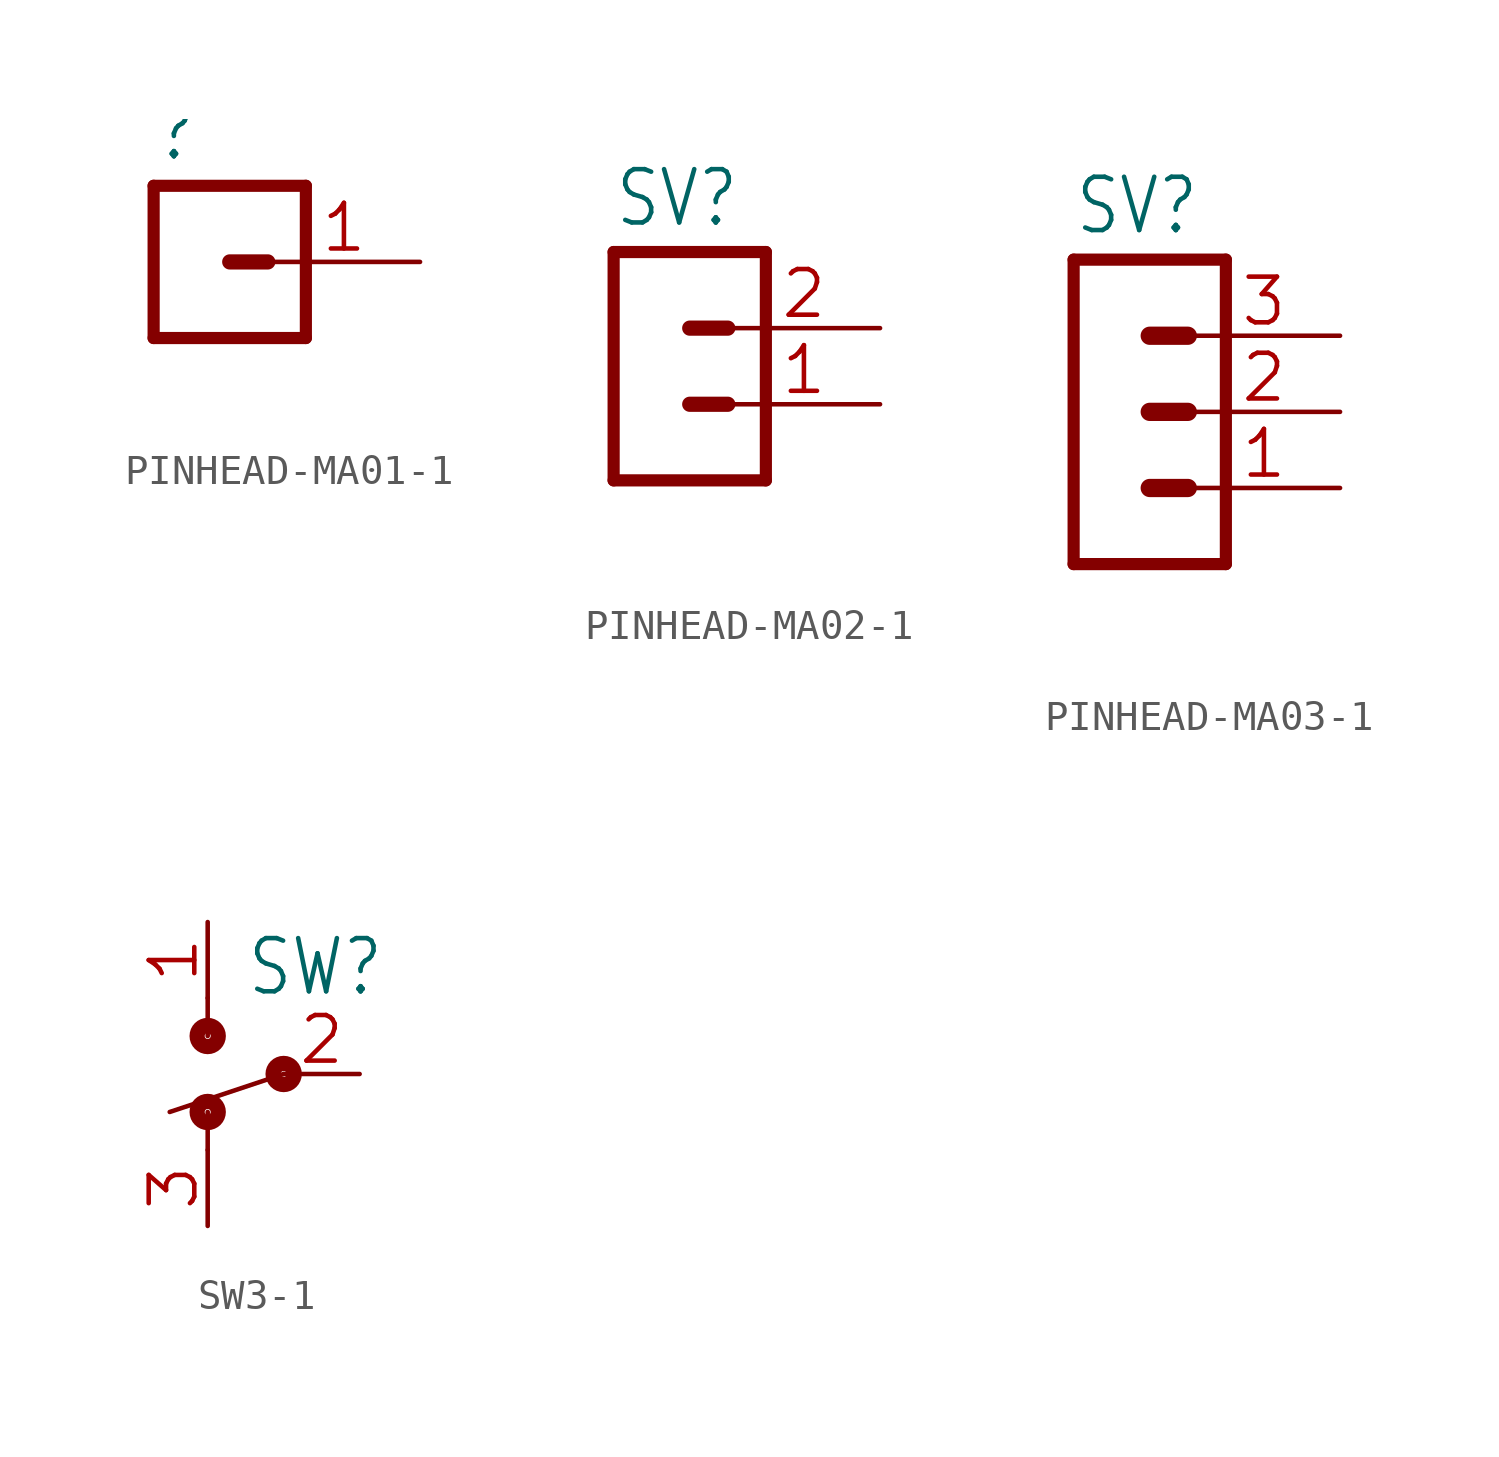
<source format=kicad_sym>
(kicad_symbol_lib
  (version 20241209)
  (generator "kicad_symbol_editor")
  (generator_version "9.0")
  (symbol "PINHEAD-MA01-1"
    (property "Reference" ""
      (at -1.27 3.302 0)
      (effects (font (size 1.778 1.511)) (justify left bottom)))
    (property "Value" ""
      (at -1.27 -5.08 0)
      (effects (font (size 1.778 1.511)) (justify left bottom)))
    (property "ki_locked" ""
      (at 0 0 0)
      (effects (font (size 1.27 1.27))))
    (symbol "PINHEAD-MA01-1_1_0"
      (polyline (pts (xy -1.27 2.54) (xy -1.27 -2.54)) (stroke (width 0.406) (type solid)) (fill (type none)))
      (polyline (pts (xy -1.27 2.54) (xy 3.81 2.54)) (stroke (width 0.406) (type solid)) (fill (type none)))
      (polyline (pts (xy 1.27 0) (xy 2.54 0)) (stroke (width 0.508) (type solid)) (fill (type none)))
      (polyline (pts (xy 3.81 -2.54) (xy -1.27 -2.54)) (stroke (width 0.406) (type solid)) (fill (type none)))
      (polyline (pts (xy 3.81 -2.54) (xy 3.81 2.54)) (stroke (width 0.406) (type solid)) (fill (type none)))
      (pin passive line (at 7.62 0 180) (length 5.08) (name "1" (effects (font (size 0 0)))) (number "1" (effects (font (size 1.524 1.524)))))))
  (symbol "PINHEAD-MA02-1"
    (property "Reference" "SV"
      (at -1.27 5.842 0)
      (effects (font (size 1.778 1.511)) (justify left bottom)))
    (property "Value" ""
      (at -1.27 -5.08 0)
      (effects (font (size 1.778 1.511)) (justify left bottom)))
    (property "ki_locked" ""
      (at 0 0 0)
      (effects (font (size 1.27 1.27))))
    (symbol "PINHEAD-MA02-1_1_0"
      (polyline (pts (xy -1.27 5.08) (xy -1.27 -2.54)) (stroke (width 0.406) (type solid)) (fill (type none)))
      (polyline (pts (xy -1.27 5.08) (xy 3.81 5.08)) (stroke (width 0.406) (type solid)) (fill (type none)))
      (polyline (pts (xy 1.27 2.54) (xy 2.54 2.54)) (stroke (width 0.508) (type solid)) (fill (type none)))
      (polyline (pts (xy 1.27 0) (xy 2.54 0)) (stroke (width 0.508) (type solid)) (fill (type none)))
      (polyline (pts (xy 3.81 -2.54) (xy -1.27 -2.54)) (stroke (width 0.406) (type solid)) (fill (type none)))
      (polyline (pts (xy 3.81 -2.54) (xy 3.81 5.08)) (stroke (width 0.406) (type solid)) (fill (type none)))
      (pin passive line (at 7.62 2.54 180) (length 5.08) (name "2" (effects (font (size 0 0)))) (number "2" (effects (font (size 1.524 1.524)))))
      (pin passive line (at 7.62 0 180) (length 5.08) (name "1" (effects (font (size 0 0)))) (number "1" (effects (font (size 1.524 1.524)))))))
  (symbol "PINHEAD-MA03-1"
    (property "Reference" "SV"
      (at -1.27 8.382 0)
      (effects (font (size 1.778 1.511)) (justify left bottom)))
    (property "Value" ""
      (at -1.27 -5.08 0)
      (effects (font (size 1.778 1.511)) (justify left bottom)))
    (property "ki_locked" ""
      (at 0 0 0)
      (effects (font (size 1.27 1.27))))
    (symbol "PINHEAD-MA03-1_1_0"
      (polyline (pts (xy -1.27 7.62) (xy -1.27 -2.54)) (stroke (width 0.406) (type solid)) (fill (type none)))
      (polyline (pts (xy -1.27 7.62) (xy 3.81 7.62)) (stroke (width 0.406) (type solid)) (fill (type none)))
      (polyline (pts (xy 1.27 5.08) (xy 2.54 5.08)) (stroke (width 0.61) (type solid)) (fill (type none)))
      (polyline (pts (xy 1.27 2.54) (xy 2.54 2.54)) (stroke (width 0.61) (type solid)) (fill (type none)))
      (polyline (pts (xy 1.27 0) (xy 2.54 0)) (stroke (width 0.61) (type solid)) (fill (type none)))
      (polyline (pts (xy 3.81 -2.54) (xy -1.27 -2.54)) (stroke (width 0.406) (type solid)) (fill (type none)))
      (polyline (pts (xy 3.81 -2.54) (xy 3.81 7.62)) (stroke (width 0.406) (type solid)) (fill (type none)))
      (pin passive line (at 7.62 5.08 180) (length 5.08) (name "3" (effects (font (size 0 0)))) (number "3" (effects (font (size 1.524 1.524)))))
      (pin passive line (at 7.62 2.54 180) (length 5.08) (name "2" (effects (font (size 0 0)))) (number "2" (effects (font (size 1.524 1.524)))))
      (pin passive line (at 7.62 0 180) (length 5.08) (name "1" (effects (font (size 0 0)))) (number "1" (effects (font (size 1.524 1.524)))))))
  (symbol "SW3-1"
    (property "Reference" "SW"
      (at 1.27 2.54 0)
      (effects (font (size 1.778 1.511)) (justify left bottom)))
    (property "ki_locked" ""
      (at 0 0 0)
      (effects (font (size 1.27 1.27))))
    (symbol "SW3-1_1_0"
      (polyline (pts (xy 0 2.54) (xy 0 1.27)) (stroke (width 0.152) (type solid)) (fill (type none)))
      (circle (center 0 1.27) (radius 0.1) (stroke (width 0.508) (type solid)) (fill (type none)))
      (circle (center 0 -1.27) (radius 0.1) (stroke (width 0.508) (type solid)) (fill (type none)))
      (polyline (pts (xy 0 -2.54) (xy 0 -1.27)) (stroke (width 0.152) (type solid)) (fill (type none)))
      (polyline (pts (xy 2.54 0) (xy -1.27 -1.27)) (stroke (width 0.152) (type solid)) (fill (type none)))
      (circle (center 2.54 0) (radius 0.1) (stroke (width 0.508) (type solid)) (fill (type none)))
      (pin passive line (at 0 5.08 270) (length 2.54) (name "1" (effects (font (size 0 0)))) (number "1" (effects (font (size 1.524 1.524)))))
      (pin passive line (at 0 -5.08 90) (length 2.54) (name "3" (effects (font (size 0 0)))) (number "3" (effects (font (size 1.524 1.524)))))
      (pin passive line (at 5.08 0 180) (length 2.54) (name "2" (effects (font (size 0 0)))) (number "2" (effects (font (size 1.524 1.524))))))))
</source>
